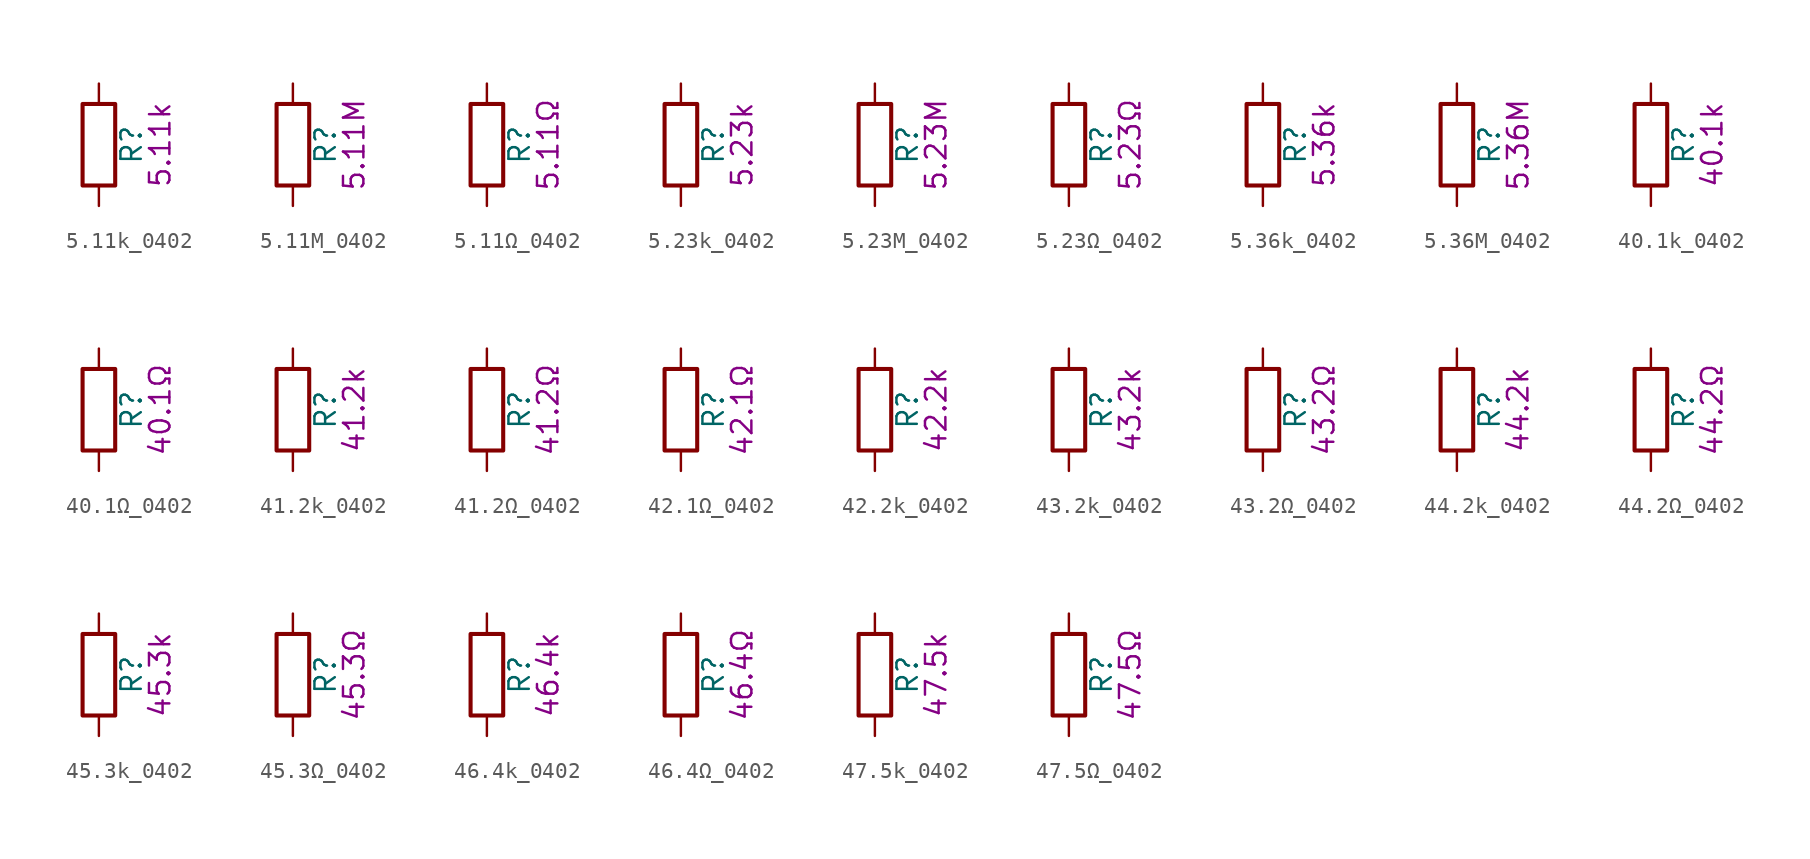
<source format=kicad_sym>
(kicad_symbol_lib
  (version 20211014)
  (generator kicad_symbol_editor)
  (symbol "5.11k_0402"
    (pin_numbers hide)
    (pin_names
      (offset 0))
    (property "Reference" "R"
      (at 2.032 0 90)
      (effects (font (size 1.27 1.27))))
    (property "Display" "5.11k"
      (at 3.81 0 90)
      (effects (font (size 1.27 1.27))))
    (symbol "5.11k_0402_0_1"
      (rectangle (start -1.016 -2.54) (end 1.016 2.54) (stroke (width 0.254) (type default) (color 0 0 0 0)) (fill (type none))))
    (symbol "5.11k_0402_1_1"
      (pin passive line (at 0 3.81 270) (length 1.27) (name "~" (effects (font (size 1.27 1.27)))) (number "1" (effects (font (size 1.27 1.27)))))
      (pin passive line (at 0 -3.81 90) (length 1.27) (name "~" (effects (font (size 1.27 1.27)))) (number "2" (effects (font (size 1.27 1.27)))))))
  (symbol "5.11M_0402"
    (pin_numbers hide)
    (pin_names
      (offset 0))
    (property "Reference" "R"
      (at 2.032 0 90)
      (effects (font (size 1.27 1.27))))
    (property "Display" "5.11M"
      (at 3.81 0 90)
      (effects (font (size 1.27 1.27))))
    (symbol "5.11M_0402_0_1"
      (rectangle (start -1.016 -2.54) (end 1.016 2.54) (stroke (width 0.254) (type default) (color 0 0 0 0)) (fill (type none))))
    (symbol "5.11M_0402_1_1"
      (pin passive line (at 0 3.81 270) (length 1.27) (name "~" (effects (font (size 1.27 1.27)))) (number "1" (effects (font (size 1.27 1.27)))))
      (pin passive line (at 0 -3.81 90) (length 1.27) (name "~" (effects (font (size 1.27 1.27)))) (number "2" (effects (font (size 1.27 1.27)))))))
  (symbol "5.11Ω_0402"
    (pin_numbers hide)
    (pin_names
      (offset 0))
    (property "Reference" "R"
      (at 2.032 0 90)
      (effects (font (size 1.27 1.27))))
    (property "Display" "5.11Ω"
      (at 3.81 0 90)
      (effects (font (size 1.27 1.27))))
    (symbol "5.11Ω_0402_0_1"
      (rectangle (start -1.016 -2.54) (end 1.016 2.54) (stroke (width 0.254) (type default) (color 0 0 0 0)) (fill (type none))))
    (symbol "5.11Ω_0402_1_1"
      (pin passive line (at 0 3.81 270) (length 1.27) (name "~" (effects (font (size 1.27 1.27)))) (number "1" (effects (font (size 1.27 1.27)))))
      (pin passive line (at 0 -3.81 90) (length 1.27) (name "~" (effects (font (size 1.27 1.27)))) (number "2" (effects (font (size 1.27 1.27)))))))
  (symbol "5.23k_0402"
    (pin_numbers hide)
    (pin_names
      (offset 0))
    (property "Reference" "R"
      (at 2.032 0 90)
      (effects (font (size 1.27 1.27))))
    (property "Display" "5.23k"
      (at 3.81 0 90)
      (effects (font (size 1.27 1.27))))
    (symbol "5.23k_0402_0_1"
      (rectangle (start -1.016 -2.54) (end 1.016 2.54) (stroke (width 0.254) (type default) (color 0 0 0 0)) (fill (type none))))
    (symbol "5.23k_0402_1_1"
      (pin passive line (at 0 3.81 270) (length 1.27) (name "~" (effects (font (size 1.27 1.27)))) (number "1" (effects (font (size 1.27 1.27)))))
      (pin passive line (at 0 -3.81 90) (length 1.27) (name "~" (effects (font (size 1.27 1.27)))) (number "2" (effects (font (size 1.27 1.27)))))))
  (symbol "5.23M_0402"
    (pin_numbers hide)
    (pin_names
      (offset 0))
    (property "Reference" "R"
      (at 2.032 0 90)
      (effects (font (size 1.27 1.27))))
    (property "Display" "5.23M"
      (at 3.81 0 90)
      (effects (font (size 1.27 1.27))))
    (symbol "5.23M_0402_0_1"
      (rectangle (start -1.016 -2.54) (end 1.016 2.54) (stroke (width 0.254) (type default) (color 0 0 0 0)) (fill (type none))))
    (symbol "5.23M_0402_1_1"
      (pin passive line (at 0 3.81 270) (length 1.27) (name "~" (effects (font (size 1.27 1.27)))) (number "1" (effects (font (size 1.27 1.27)))))
      (pin passive line (at 0 -3.81 90) (length 1.27) (name "~" (effects (font (size 1.27 1.27)))) (number "2" (effects (font (size 1.27 1.27)))))))
  (symbol "5.23Ω_0402"
    (pin_numbers hide)
    (pin_names
      (offset 0))
    (property "Reference" "R"
      (at 2.032 0 90)
      (effects (font (size 1.27 1.27))))
    (property "Display" "5.23Ω"
      (at 3.81 0 90)
      (effects (font (size 1.27 1.27))))
    (symbol "5.23Ω_0402_0_1"
      (rectangle (start -1.016 -2.54) (end 1.016 2.54) (stroke (width 0.254) (type default) (color 0 0 0 0)) (fill (type none))))
    (symbol "5.23Ω_0402_1_1"
      (pin passive line (at 0 3.81 270) (length 1.27) (name "~" (effects (font (size 1.27 1.27)))) (number "1" (effects (font (size 1.27 1.27)))))
      (pin passive line (at 0 -3.81 90) (length 1.27) (name "~" (effects (font (size 1.27 1.27)))) (number "2" (effects (font (size 1.27 1.27)))))))
  (symbol "5.36k_0402"
    (pin_numbers hide)
    (pin_names
      (offset 0))
    (property "Reference" "R"
      (at 2.032 0 90)
      (effects (font (size 1.27 1.27))))
    (property "Display" "5.36k"
      (at 3.81 0 90)
      (effects (font (size 1.27 1.27))))
    (symbol "5.36k_0402_0_1"
      (rectangle (start -1.016 -2.54) (end 1.016 2.54) (stroke (width 0.254) (type default) (color 0 0 0 0)) (fill (type none))))
    (symbol "5.36k_0402_1_1"
      (pin passive line (at 0 3.81 270) (length 1.27) (name "~" (effects (font (size 1.27 1.27)))) (number "1" (effects (font (size 1.27 1.27)))))
      (pin passive line (at 0 -3.81 90) (length 1.27) (name "~" (effects (font (size 1.27 1.27)))) (number "2" (effects (font (size 1.27 1.27)))))))
  (symbol "5.36M_0402"
    (pin_numbers hide)
    (pin_names
      (offset 0))
    (property "Reference" "R"
      (at 2.032 0 90)
      (effects (font (size 1.27 1.27))))
    (property "Display" "5.36M"
      (at 3.81 0 90)
      (effects (font (size 1.27 1.27))))
    (symbol "5.36M_0402_0_1"
      (rectangle (start -1.016 -2.54) (end 1.016 2.54) (stroke (width 0.254) (type default) (color 0 0 0 0)) (fill (type none))))
    (symbol "5.36M_0402_1_1"
      (pin passive line (at 0 3.81 270) (length 1.27) (name "~" (effects (font (size 1.27 1.27)))) (number "1" (effects (font (size 1.27 1.27)))))
      (pin passive line (at 0 -3.81 90) (length 1.27) (name "~" (effects (font (size 1.27 1.27)))) (number "2" (effects (font (size 1.27 1.27)))))))
  (symbol "40.1k_0402"
    (pin_numbers hide)
    (pin_names
      (offset 0))
    (property "Reference" "R"
      (at 2.032 0 90)
      (effects (font (size 1.27 1.27))))
    (property "Display" "40.1k"
      (at 3.81 0 90)
      (effects (font (size 1.27 1.27))))
    (symbol "40.1k_0402_0_1"
      (rectangle (start -1.016 -2.54) (end 1.016 2.54) (stroke (width 0.254) (type default) (color 0 0 0 0)) (fill (type none))))
    (symbol "40.1k_0402_1_1"
      (pin passive line (at 0 3.81 270) (length 1.27) (name "~" (effects (font (size 1.27 1.27)))) (number "1" (effects (font (size 1.27 1.27)))))
      (pin passive line (at 0 -3.81 90) (length 1.27) (name "~" (effects (font (size 1.27 1.27)))) (number "2" (effects (font (size 1.27 1.27)))))))
  (symbol "40.1Ω_0402"
    (pin_numbers hide)
    (pin_names
      (offset 0))
    (property "Reference" "R"
      (at 2.032 0 90)
      (effects (font (size 1.27 1.27))))
    (property "Display" "40.1Ω"
      (at 3.81 0 90)
      (effects (font (size 1.27 1.27))))
    (symbol "40.1Ω_0402_0_1"
      (rectangle (start -1.016 -2.54) (end 1.016 2.54) (stroke (width 0.254) (type default) (color 0 0 0 0)) (fill (type none))))
    (symbol "40.1Ω_0402_1_1"
      (pin passive line (at 0 3.81 270) (length 1.27) (name "~" (effects (font (size 1.27 1.27)))) (number "1" (effects (font (size 1.27 1.27)))))
      (pin passive line (at 0 -3.81 90) (length 1.27) (name "~" (effects (font (size 1.27 1.27)))) (number "2" (effects (font (size 1.27 1.27)))))))
  (symbol "41.2k_0402"
    (pin_numbers hide)
    (pin_names
      (offset 0))
    (property "Reference" "R"
      (at 2.032 0 90)
      (effects (font (size 1.27 1.27))))
    (property "Display" "41.2k"
      (at 3.81 0 90)
      (effects (font (size 1.27 1.27))))
    (symbol "41.2k_0402_0_1"
      (rectangle (start -1.016 -2.54) (end 1.016 2.54) (stroke (width 0.254) (type default) (color 0 0 0 0)) (fill (type none))))
    (symbol "41.2k_0402_1_1"
      (pin passive line (at 0 3.81 270) (length 1.27) (name "~" (effects (font (size 1.27 1.27)))) (number "1" (effects (font (size 1.27 1.27)))))
      (pin passive line (at 0 -3.81 90) (length 1.27) (name "~" (effects (font (size 1.27 1.27)))) (number "2" (effects (font (size 1.27 1.27)))))))
  (symbol "41.2Ω_0402"
    (pin_numbers hide)
    (pin_names
      (offset 0))
    (property "Reference" "R"
      (at 2.032 0 90)
      (effects (font (size 1.27 1.27))))
    (property "Display" "41.2Ω"
      (at 3.81 0 90)
      (effects (font (size 1.27 1.27))))
    (symbol "41.2Ω_0402_0_1"
      (rectangle (start -1.016 -2.54) (end 1.016 2.54) (stroke (width 0.254) (type default) (color 0 0 0 0)) (fill (type none))))
    (symbol "41.2Ω_0402_1_1"
      (pin passive line (at 0 3.81 270) (length 1.27) (name "~" (effects (font (size 1.27 1.27)))) (number "1" (effects (font (size 1.27 1.27)))))
      (pin passive line (at 0 -3.81 90) (length 1.27) (name "~" (effects (font (size 1.27 1.27)))) (number "2" (effects (font (size 1.27 1.27)))))))
  (symbol "42.1Ω_0402"
    (pin_numbers hide)
    (pin_names
      (offset 0))
    (property "Reference" "R"
      (at 2.032 0 90)
      (effects (font (size 1.27 1.27))))
    (property "Display" "42.1Ω"
      (at 3.81 0 90)
      (effects (font (size 1.27 1.27))))
    (symbol "42.1Ω_0402_0_1"
      (rectangle (start -1.016 -2.54) (end 1.016 2.54) (stroke (width 0.254) (type default) (color 0 0 0 0)) (fill (type none))))
    (symbol "42.1Ω_0402_1_1"
      (pin passive line (at 0 3.81 270) (length 1.27) (name "~" (effects (font (size 1.27 1.27)))) (number "1" (effects (font (size 1.27 1.27)))))
      (pin passive line (at 0 -3.81 90) (length 1.27) (name "~" (effects (font (size 1.27 1.27)))) (number "2" (effects (font (size 1.27 1.27)))))))
  (symbol "42.2k_0402"
    (pin_numbers hide)
    (pin_names
      (offset 0))
    (property "Reference" "R"
      (at 2.032 0 90)
      (effects (font (size 1.27 1.27))))
    (property "Display" "42.2k"
      (at 3.81 0 90)
      (effects (font (size 1.27 1.27))))
    (symbol "42.2k_0402_0_1"
      (rectangle (start -1.016 -2.54) (end 1.016 2.54) (stroke (width 0.254) (type default) (color 0 0 0 0)) (fill (type none))))
    (symbol "42.2k_0402_1_1"
      (pin passive line (at 0 3.81 270) (length 1.27) (name "~" (effects (font (size 1.27 1.27)))) (number "1" (effects (font (size 1.27 1.27)))))
      (pin passive line (at 0 -3.81 90) (length 1.27) (name "~" (effects (font (size 1.27 1.27)))) (number "2" (effects (font (size 1.27 1.27)))))))
  (symbol "43.2k_0402"
    (pin_numbers hide)
    (pin_names
      (offset 0))
    (property "Reference" "R"
      (at 2.032 0 90)
      (effects (font (size 1.27 1.27))))
    (property "Display" "43.2k"
      (at 3.81 0 90)
      (effects (font (size 1.27 1.27))))
    (symbol "43.2k_0402_0_1"
      (rectangle (start -1.016 -2.54) (end 1.016 2.54) (stroke (width 0.254) (type default) (color 0 0 0 0)) (fill (type none))))
    (symbol "43.2k_0402_1_1"
      (pin passive line (at 0 3.81 270) (length 1.27) (name "~" (effects (font (size 1.27 1.27)))) (number "1" (effects (font (size 1.27 1.27)))))
      (pin passive line (at 0 -3.81 90) (length 1.27) (name "~" (effects (font (size 1.27 1.27)))) (number "2" (effects (font (size 1.27 1.27)))))))
  (symbol "43.2Ω_0402"
    (pin_numbers hide)
    (pin_names
      (offset 0))
    (property "Reference" "R"
      (at 2.032 0 90)
      (effects (font (size 1.27 1.27))))
    (property "Display" "43.2Ω"
      (at 3.81 0 90)
      (effects (font (size 1.27 1.27))))
    (symbol "43.2Ω_0402_0_1"
      (rectangle (start -1.016 -2.54) (end 1.016 2.54) (stroke (width 0.254) (type default) (color 0 0 0 0)) (fill (type none))))
    (symbol "43.2Ω_0402_1_1"
      (pin passive line (at 0 3.81 270) (length 1.27) (name "~" (effects (font (size 1.27 1.27)))) (number "1" (effects (font (size 1.27 1.27)))))
      (pin passive line (at 0 -3.81 90) (length 1.27) (name "~" (effects (font (size 1.27 1.27)))) (number "2" (effects (font (size 1.27 1.27)))))))
  (symbol "44.2k_0402"
    (pin_numbers hide)
    (pin_names
      (offset 0))
    (property "Reference" "R"
      (at 2.032 0 90)
      (effects (font (size 1.27 1.27))))
    (property "Display" "44.2k"
      (at 3.81 0 90)
      (effects (font (size 1.27 1.27))))
    (symbol "44.2k_0402_0_1"
      (rectangle (start -1.016 -2.54) (end 1.016 2.54) (stroke (width 0.254) (type default) (color 0 0 0 0)) (fill (type none))))
    (symbol "44.2k_0402_1_1"
      (pin passive line (at 0 3.81 270) (length 1.27) (name "~" (effects (font (size 1.27 1.27)))) (number "1" (effects (font (size 1.27 1.27)))))
      (pin passive line (at 0 -3.81 90) (length 1.27) (name "~" (effects (font (size 1.27 1.27)))) (number "2" (effects (font (size 1.27 1.27)))))))
  (symbol "44.2Ω_0402"
    (pin_numbers hide)
    (pin_names
      (offset 0))
    (property "Reference" "R"
      (at 2.032 0 90)
      (effects (font (size 1.27 1.27))))
    (property "Display" "44.2Ω"
      (at 3.81 0 90)
      (effects (font (size 1.27 1.27))))
    (symbol "44.2Ω_0402_0_1"
      (rectangle (start -1.016 -2.54) (end 1.016 2.54) (stroke (width 0.254) (type default) (color 0 0 0 0)) (fill (type none))))
    (symbol "44.2Ω_0402_1_1"
      (pin passive line (at 0 3.81 270) (length 1.27) (name "~" (effects (font (size 1.27 1.27)))) (number "1" (effects (font (size 1.27 1.27)))))
      (pin passive line (at 0 -3.81 90) (length 1.27) (name "~" (effects (font (size 1.27 1.27)))) (number "2" (effects (font (size 1.27 1.27)))))))
  (symbol "45.3k_0402"
    (pin_numbers hide)
    (pin_names
      (offset 0))
    (property "Reference" "R"
      (at 2.032 0 90)
      (effects (font (size 1.27 1.27))))
    (property "Display" "45.3k"
      (at 3.81 0 90)
      (effects (font (size 1.27 1.27))))
    (symbol "45.3k_0402_0_1"
      (rectangle (start -1.016 -2.54) (end 1.016 2.54) (stroke (width 0.254) (type default) (color 0 0 0 0)) (fill (type none))))
    (symbol "45.3k_0402_1_1"
      (pin passive line (at 0 3.81 270) (length 1.27) (name "~" (effects (font (size 1.27 1.27)))) (number "1" (effects (font (size 1.27 1.27)))))
      (pin passive line (at 0 -3.81 90) (length 1.27) (name "~" (effects (font (size 1.27 1.27)))) (number "2" (effects (font (size 1.27 1.27)))))))
  (symbol "45.3Ω_0402"
    (pin_numbers hide)
    (pin_names
      (offset 0))
    (property "Reference" "R"
      (at 2.032 0 90)
      (effects (font (size 1.27 1.27))))
    (property "Display" "45.3Ω"
      (at 3.81 0 90)
      (effects (font (size 1.27 1.27))))
    (symbol "45.3Ω_0402_0_1"
      (rectangle (start -1.016 -2.54) (end 1.016 2.54) (stroke (width 0.254) (type default) (color 0 0 0 0)) (fill (type none))))
    (symbol "45.3Ω_0402_1_1"
      (pin passive line (at 0 3.81 270) (length 1.27) (name "~" (effects (font (size 1.27 1.27)))) (number "1" (effects (font (size 1.27 1.27)))))
      (pin passive line (at 0 -3.81 90) (length 1.27) (name "~" (effects (font (size 1.27 1.27)))) (number "2" (effects (font (size 1.27 1.27)))))))
  (symbol "46.4k_0402"
    (pin_numbers hide)
    (pin_names
      (offset 0))
    (property "Reference" "R"
      (at 2.032 0 90)
      (effects (font (size 1.27 1.27))))
    (property "Display" "46.4k"
      (at 3.81 0 90)
      (effects (font (size 1.27 1.27))))
    (symbol "46.4k_0402_0_1"
      (rectangle (start -1.016 -2.54) (end 1.016 2.54) (stroke (width 0.254) (type default) (color 0 0 0 0)) (fill (type none))))
    (symbol "46.4k_0402_1_1"
      (pin passive line (at 0 3.81 270) (length 1.27) (name "~" (effects (font (size 1.27 1.27)))) (number "1" (effects (font (size 1.27 1.27)))))
      (pin passive line (at 0 -3.81 90) (length 1.27) (name "~" (effects (font (size 1.27 1.27)))) (number "2" (effects (font (size 1.27 1.27)))))))
  (symbol "46.4Ω_0402"
    (pin_numbers hide)
    (pin_names
      (offset 0))
    (property "Reference" "R"
      (at 2.032 0 90)
      (effects (font (size 1.27 1.27))))
    (property "Display" "46.4Ω"
      (at 3.81 0 90)
      (effects (font (size 1.27 1.27))))
    (symbol "46.4Ω_0402_0_1"
      (rectangle (start -1.016 -2.54) (end 1.016 2.54) (stroke (width 0.254) (type default) (color 0 0 0 0)) (fill (type none))))
    (symbol "46.4Ω_0402_1_1"
      (pin passive line (at 0 3.81 270) (length 1.27) (name "~" (effects (font (size 1.27 1.27)))) (number "1" (effects (font (size 1.27 1.27)))))
      (pin passive line (at 0 -3.81 90) (length 1.27) (name "~" (effects (font (size 1.27 1.27)))) (number "2" (effects (font (size 1.27 1.27)))))))
  (symbol "47.5k_0402"
    (pin_numbers hide)
    (pin_names
      (offset 0))
    (property "Reference" "R"
      (at 2.032 0 90)
      (effects (font (size 1.27 1.27))))
    (property "Display" "47.5k"
      (at 3.81 0 90)
      (effects (font (size 1.27 1.27))))
    (symbol "47.5k_0402_0_1"
      (rectangle (start -1.016 -2.54) (end 1.016 2.54) (stroke (width 0.254) (type default) (color 0 0 0 0)) (fill (type none))))
    (symbol "47.5k_0402_1_1"
      (pin passive line (at 0 3.81 270) (length 1.27) (name "~" (effects (font (size 1.27 1.27)))) (number "1" (effects (font (size 1.27 1.27)))))
      (pin passive line (at 0 -3.81 90) (length 1.27) (name "~" (effects (font (size 1.27 1.27)))) (number "2" (effects (font (size 1.27 1.27)))))))
  (symbol "47.5Ω_0402"
    (pin_numbers hide)
    (pin_names
      (offset 0))
    (property "Reference" "R"
      (at 2.032 0 90)
      (effects (font (size 1.27 1.27))))
    (property "Display" "47.5Ω"
      (at 3.81 0 90)
      (effects (font (size 1.27 1.27))))
    (symbol "47.5Ω_0402_0_1"
      (rectangle (start -1.016 -2.54) (end 1.016 2.54) (stroke (width 0.254) (type default) (color 0 0 0 0)) (fill (type none))))
    (symbol "47.5Ω_0402_1_1"
      (pin passive line (at 0 3.81 270) (length 1.27) (name "~" (effects (font (size 1.27 1.27)))) (number "1" (effects (font (size 1.27 1.27)))))
      (pin passive line (at 0 -3.81 90) (length 1.27) (name "~" (effects (font (size 1.27 1.27)))) (number "2" (effects (font (size 1.27 1.27))))))))
</source>
